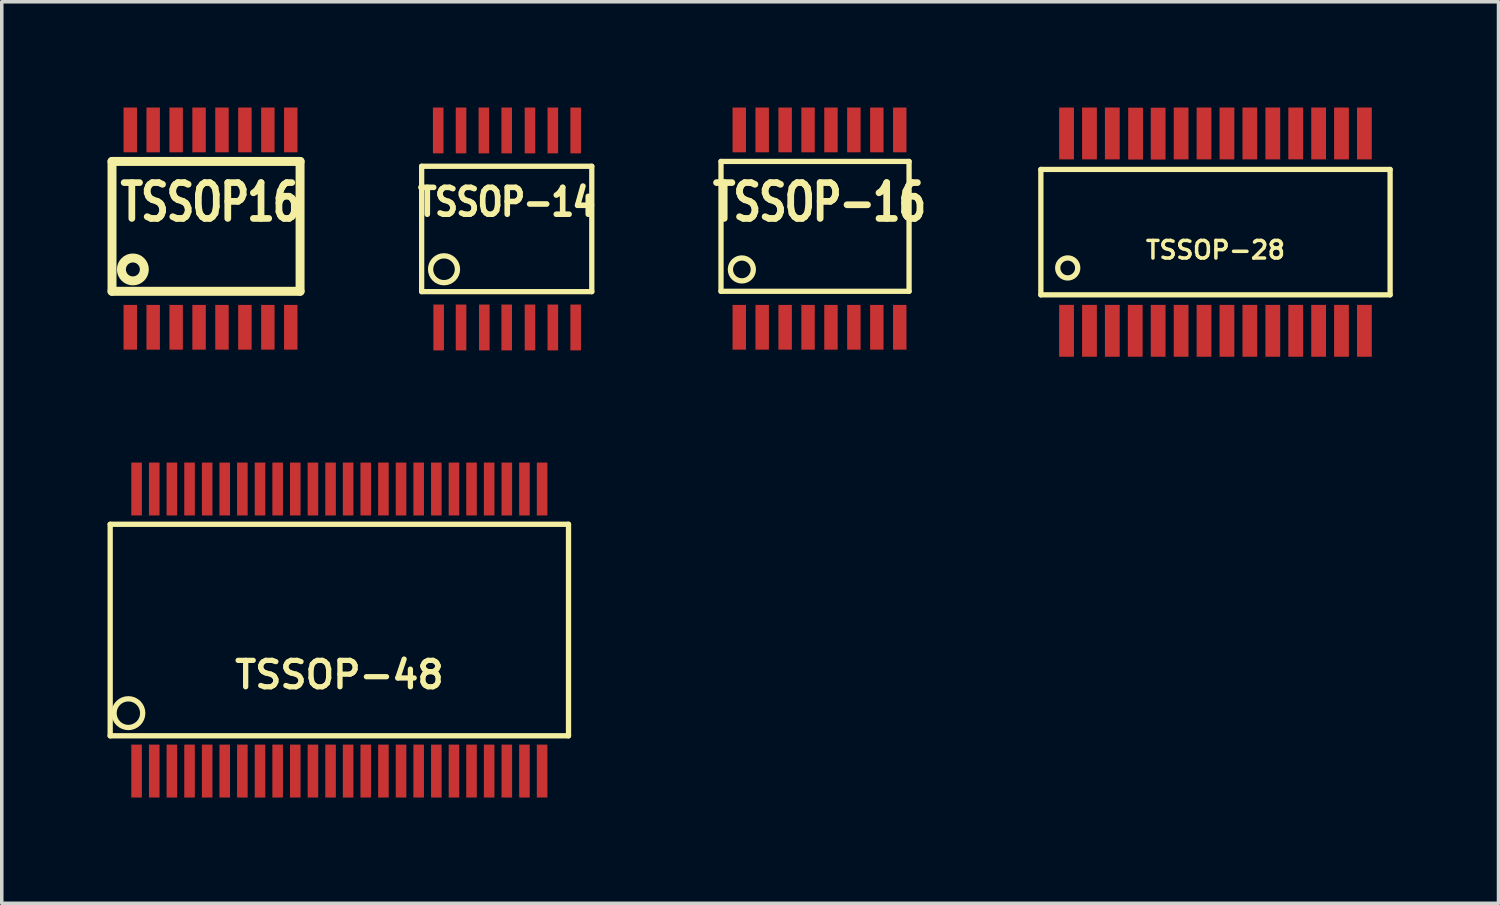
<source format=kicad_pcb>
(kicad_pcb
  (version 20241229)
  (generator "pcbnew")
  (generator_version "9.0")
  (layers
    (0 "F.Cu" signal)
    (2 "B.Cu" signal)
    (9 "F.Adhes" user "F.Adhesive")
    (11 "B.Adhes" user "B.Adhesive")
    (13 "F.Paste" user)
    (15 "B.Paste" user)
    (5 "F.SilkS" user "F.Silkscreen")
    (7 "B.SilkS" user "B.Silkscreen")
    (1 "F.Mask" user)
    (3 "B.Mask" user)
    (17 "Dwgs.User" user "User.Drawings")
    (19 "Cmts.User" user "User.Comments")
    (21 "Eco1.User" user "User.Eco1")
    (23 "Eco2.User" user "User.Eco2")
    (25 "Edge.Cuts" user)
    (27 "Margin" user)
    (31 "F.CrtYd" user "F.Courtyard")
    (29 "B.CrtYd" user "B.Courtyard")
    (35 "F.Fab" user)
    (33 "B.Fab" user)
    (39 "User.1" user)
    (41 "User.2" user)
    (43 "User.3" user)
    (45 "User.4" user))
  (footprint "TSSOP-48"
    (layer "F.Cu")
    (at 6.575 14.82)
    (property "Reference" "TSSOP-48" (at 0 1.27 0) (layer "F.SilkS") (effects (font (size 0.749 0.749) (thickness 0.15))))
    (attr smd)
    (fp_line (start -6.5 -3) (end 6.5 -3) (stroke (width 0.15) (type solid)) (layer "F.SilkS"))
    (fp_line (start -6.5 3) (end -6.5 -3) (stroke (width 0.15) (type solid)) (layer "F.SilkS"))
    (fp_line (start 6.5 -3) (end 6.5 3) (stroke (width 0.15) (type solid)) (layer "F.SilkS"))
    (fp_line (start 6.5 3) (end -6.5 3) (stroke (width 0.15) (type solid)) (layer "F.SilkS"))
    (fp_circle (center -5.984 2.357) (end -6.238 2.675) (stroke (width 0.15) (type solid)) (fill no) (layer "F.SilkS"))
    (pad "1" smd rect (at -5.751 4) (size 0.3 1.501) (layers "F.Cu" "F.Mask" "F.Paste"))
    (pad "2" smd rect (at -5.25 4) (size 0.3 1.501) (layers "F.Cu" "F.Mask" "F.Paste"))
    (pad "3" smd rect (at -4.75 4) (size 0.3 1.501) (layers "F.Cu" "F.Mask" "F.Paste"))
    (pad "4" smd rect (at -4.249 4) (size 0.3 1.501) (layers "F.Cu" "F.Mask" "F.Paste"))
    (pad "5" smd rect (at -3.749 4) (size 0.3 1.501) (layers "F.Cu" "F.Mask" "F.Paste"))
    (pad "6" smd rect (at -3.251 4) (size 0.3 1.501) (layers "F.Cu" "F.Mask" "F.Paste"))
    (pad "7" smd rect (at -2.751 4) (size 0.3 1.501) (layers "F.Cu" "F.Mask" "F.Paste"))
    (pad "8" smd rect (at -2.25 4) (size 0.3 1.501) (layers "F.Cu" "F.Mask" "F.Paste"))
    (pad "9" smd rect (at -1.75 4) (size 0.3 1.501) (layers "F.Cu" "F.Mask" "F.Paste"))
    (pad "10" smd rect (at -1.25 4) (size 0.3 1.501) (layers "F.Cu" "F.Mask" "F.Paste"))
    (pad "11" smd rect (at -0.749 4) (size 0.3 1.501) (layers "F.Cu" "F.Mask" "F.Paste"))
    (pad "12" smd rect (at -0.249 4) (size 0.3 1.501) (layers "F.Cu" "F.Mask" "F.Paste"))
    (pad "13" smd rect (at 0.249 4) (size 0.3 1.501) (layers "F.Cu" "F.Mask" "F.Paste"))
    (pad "14" smd rect (at 0.749 4) (size 0.3 1.501) (layers "F.Cu" "F.Mask" "F.Paste"))
    (pad "15" smd rect (at 1.25 4) (size 0.3 1.501) (layers "F.Cu" "F.Mask" "F.Paste"))
    (pad "16" smd rect (at 1.75 4) (size 0.3 1.501) (layers "F.Cu" "F.Mask" "F.Paste"))
    (pad "17" smd rect (at 2.25 4) (size 0.3 1.501) (layers "F.Cu" "F.Mask" "F.Paste"))
    (pad "18" smd rect (at 2.751 4) (size 0.3 1.501) (layers "F.Cu" "F.Mask" "F.Paste"))
    (pad "19" smd rect (at 3.251 4) (size 0.3 1.501) (layers "F.Cu" "F.Mask" "F.Paste"))
    (pad "20" smd rect (at 3.749 4) (size 0.3 1.501) (layers "F.Cu" "F.Mask" "F.Paste"))
    (pad "21" smd rect (at 4.249 4) (size 0.3 1.501) (layers "F.Cu" "F.Mask" "F.Paste"))
    (pad "22" smd rect (at 4.75 4) (size 0.3 1.501) (layers "F.Cu" "F.Mask" "F.Paste"))
    (pad "23" smd rect (at 5.25 4) (size 0.3 1.501) (layers "F.Cu" "F.Mask" "F.Paste"))
    (pad "24" smd rect (at 5.751 4) (size 0.3 1.501) (layers "F.Cu" "F.Mask" "F.Paste"))
    (pad "25" smd rect (at 5.751 -4) (size 0.3 1.501) (layers "F.Cu" "F.Mask" "F.Paste"))
    (pad "26" smd rect (at 5.25 -4) (size 0.3 1.501) (layers "F.Cu" "F.Mask" "F.Paste"))
    (pad "27" smd rect (at 4.75 -4) (size 0.3 1.501) (layers "F.Cu" "F.Mask" "F.Paste"))
    (pad "28" smd rect (at 4.249 -4) (size 0.3 1.501) (layers "F.Cu" "F.Mask" "F.Paste"))
    (pad "29" smd rect (at 3.749 -4) (size 0.3 1.501) (layers "F.Cu" "F.Mask" "F.Paste"))
    (pad "30" smd rect (at 3.251 -4) (size 0.3 1.501) (layers "F.Cu" "F.Mask" "F.Paste"))
    (pad "31" smd rect (at 2.751 -4) (size 0.3 1.501) (layers "F.Cu" "F.Mask" "F.Paste"))
    (pad "32" smd rect (at 2.25 -4) (size 0.3 1.501) (layers "F.Cu" "F.Mask" "F.Paste"))
    (pad "33" smd rect (at 1.75 -4) (size 0.3 1.501) (layers "F.Cu" "F.Mask" "F.Paste"))
    (pad "34" smd rect (at 1.25 -4) (size 0.3 1.501) (layers "F.Cu" "F.Mask" "F.Paste"))
    (pad "35" smd rect (at 0.749 -4) (size 0.3 1.501) (layers "F.Cu" "F.Mask" "F.Paste"))
    (pad "36" smd rect (at 0.249 -4) (size 0.3 1.501) (layers "F.Cu" "F.Mask" "F.Paste"))
    (pad "37" smd rect (at -0.249 -4) (size 0.3 1.501) (layers "F.Cu" "F.Mask" "F.Paste"))
    (pad "38" smd rect (at -0.749 -4) (size 0.3 1.501) (layers "F.Cu" "F.Mask" "F.Paste"))
    (pad "39" smd rect (at -1.25 -4) (size 0.3 1.501) (layers "F.Cu" "F.Mask" "F.Paste"))
    (pad "40" smd rect (at -1.75 -4) (size 0.3 1.501) (layers "F.Cu" "F.Mask" "F.Paste"))
    (pad "41" smd rect (at -2.25 -4) (size 0.3 1.501) (layers "F.Cu" "F.Mask" "F.Paste"))
    (pad "42" smd rect (at -2.751 -4) (size 0.3 1.501) (layers "F.Cu" "F.Mask" "F.Paste"))
    (pad "43" smd rect (at -3.251 -4) (size 0.3 1.501) (layers "F.Cu" "F.Mask" "F.Paste"))
    (pad "44" smd rect (at -3.749 -4) (size 0.3 1.501) (layers "F.Cu" "F.Mask" "F.Paste"))
    (pad "45" smd rect (at -4.249 -4) (size 0.3 1.501) (layers "F.Cu" "F.Mask" "F.Paste"))
    (pad "46" smd rect (at -4.75 -4) (size 0.3 1.501) (layers "F.Cu" "F.Mask" "F.Paste"))
    (pad "47" smd rect (at -5.25 -4) (size 0.3 1.501) (layers "F.Cu" "F.Mask" "F.Paste"))
    (pad "48" smd rect (at -5.751 -4) (size 0.3 1.501) (layers "F.Cu" "F.Mask" "F.Paste")))
  (footprint "TSSOP-28"
    (layer "F.Cu")
    (at 31.425 3.534)
    (property "Reference" "TSSOP-28" (at 0 0.508 0) (layer "F.SilkS") (effects (font (size 0.5 0.5) (thickness 0.099))))
    (attr smd)
    (fp_line (start -4.953 -1.778) (end -4.953 1.778) (stroke (width 0.15) (type solid)) (layer "F.SilkS"))
    (fp_line (start -4.953 1.778) (end 4.953 1.778) (stroke (width 0.15) (type solid)) (layer "F.SilkS"))
    (fp_line (start 4.953 -1.778) (end -4.953 -1.778) (stroke (width 0.15) (type solid)) (layer "F.SilkS"))
    (fp_line (start 4.953 -1.778) (end 4.953 1.778) (stroke (width 0.15) (type solid)) (layer "F.SilkS"))
    (fp_circle (center -4.191 1.016) (end -4.318 1.27) (stroke (width 0.15) (type solid)) (fill no) (layer "F.SilkS"))
    (pad "1" smd rect (at -4.224 2.799) (size 0.419 1.471) (layers "F.Cu" "F.Mask" "F.Paste"))
    (pad "2" smd rect (at -3.574 2.799) (size 0.419 1.471) (layers "F.Cu" "F.Mask" "F.Paste"))
    (pad "3" smd rect (at -2.926 2.799) (size 0.419 1.471) (layers "F.Cu" "F.Mask" "F.Paste"))
    (pad "4" smd rect (at -2.276 2.799) (size 0.419 1.471) (layers "F.Cu" "F.Mask" "F.Paste"))
    (pad "5" smd rect (at -1.626 2.799) (size 0.419 1.471) (layers "F.Cu" "F.Mask" "F.Paste"))
    (pad "6" smd rect (at -0.975 2.799) (size 0.419 1.471) (layers "F.Cu" "F.Mask" "F.Paste"))
    (pad "7" smd rect (at -0.325 2.799) (size 0.419 1.471) (layers "F.Cu" "F.Mask" "F.Paste"))
    (pad "8" smd rect (at 0.325 2.799) (size 0.419 1.471) (layers "F.Cu" "F.Mask" "F.Paste"))
    (pad "9" smd rect (at 0.975 2.799) (size 0.419 1.471) (layers "F.Cu" "F.Mask" "F.Paste"))
    (pad "10" smd rect (at 1.626 2.799) (size 0.419 1.471) (layers "F.Cu" "F.Mask" "F.Paste"))
    (pad "11" smd rect (at 2.276 2.799) (size 0.419 1.471) (layers "F.Cu" "F.Mask" "F.Paste"))
    (pad "12" smd rect (at 2.926 2.799) (size 0.419 1.471) (layers "F.Cu" "F.Mask" "F.Paste"))
    (pad "13" smd rect (at 3.574 2.799) (size 0.419 1.471) (layers "F.Cu" "F.Mask" "F.Paste"))
    (pad "14" smd rect (at 4.224 2.799) (size 0.419 1.471) (layers "F.Cu" "F.Mask" "F.Paste"))
    (pad "15" smd rect (at 4.224 -2.799) (size 0.419 1.471) (layers "F.Cu" "F.Mask" "F.Paste"))
    (pad "16" smd rect (at 3.574 -2.799) (size 0.419 1.471) (layers "F.Cu" "F.Mask" "F.Paste"))
    (pad "17" smd rect (at 2.926 -2.799) (size 0.419 1.471) (layers "F.Cu" "F.Mask" "F.Paste"))
    (pad "18" smd rect (at 2.276 -2.799) (size 0.419 1.471) (layers "F.Cu" "F.Mask" "F.Paste"))
    (pad "19" smd rect (at 1.626 -2.799) (size 0.419 1.471) (layers "F.Cu" "F.Mask" "F.Paste"))
    (pad "20" smd rect (at 0.975 -2.799) (size 0.419 1.471) (layers "F.Cu" "F.Mask" "F.Paste"))
    (pad "21" smd rect (at 0.325 -2.799) (size 0.419 1.471) (layers "F.Cu" "F.Mask" "F.Paste"))
    (pad "22" smd rect (at -0.325 -2.799) (size 0.419 1.471) (layers "F.Cu" "F.Mask" "F.Paste"))
    (pad "23" smd rect (at -0.975 -2.799) (size 0.419 1.471) (layers "F.Cu" "F.Mask" "F.Paste"))
    (pad "24" smd rect (at -1.626 -2.794) (size 0.419 1.471) (layers "F.Cu" "F.Mask" "F.Paste"))
    (pad "25" smd rect (at -2.266 -2.794) (size 0.419 1.471) (layers "F.Cu" "F.Mask" "F.Paste"))
    (pad "26" smd rect (at -2.926 -2.799) (size 0.419 1.471) (layers "F.Cu" "F.Mask" "F.Paste"))
    (pad "27" smd rect (at -3.574 -2.799) (size 0.419 1.471) (layers "F.Cu" "F.Mask" "F.Paste"))
    (pad "28" smd rect (at -4.224 -2.799) (size 0.419 1.471) (layers "F.Cu" "F.Mask" "F.Paste")))
  (footprint "TSSOP16"
    (layer "F.Cu")
    (at 2.921 3.434)
    (property "Reference" "TSSOP16" (at 0 -0.749 0) (layer "F.SilkS") (effects (font (size 1.016 0.762) (thickness 0.191))))
    (attr smd)
    (fp_line (start -2.794 -1.905) (end 2.54 -1.905) (stroke (width 0.254) (type solid)) (layer "F.SilkS"))
    (fp_line (start -2.794 1.778) (end -2.794 -1.905) (stroke (width 0.254) (type solid)) (layer "F.SilkS"))
    (fp_line (start 2.54 -1.905) (end 2.54 1.778) (stroke (width 0.254) (type solid)) (layer "F.SilkS"))
    (fp_line (start 2.54 1.778) (end -2.794 1.778) (stroke (width 0.254) (type solid)) (layer "F.SilkS"))
    (fp_circle (center -2.202 1.158) (end -2.405 1.412) (stroke (width 0.254) (type solid)) (fill no) (layer "F.SilkS"))
    (pad "1" smd rect (at -2.276 2.799) (size 0.381 1.27) (layers "F.Cu" "F.Mask" "F.Paste"))
    (pad "2" smd rect (at -1.626 2.799) (size 0.381 1.27) (layers "F.Cu" "F.Mask" "F.Paste"))
    (pad "3" smd rect (at -0.975 2.799) (size 0.381 1.27) (layers "F.Cu" "F.Mask" "F.Paste"))
    (pad "4" smd rect (at -0.325 2.799) (size 0.381 1.27) (layers "F.Cu" "F.Mask" "F.Paste"))
    (pad "5" smd rect (at 0.325 2.799) (size 0.381 1.27) (layers "F.Cu" "F.Mask" "F.Paste"))
    (pad "6" smd rect (at 0.975 2.799) (size 0.381 1.27) (layers "F.Cu" "F.Mask" "F.Paste"))
    (pad "7" smd rect (at 1.626 2.799) (size 0.381 1.27) (layers "F.Cu" "F.Mask" "F.Paste"))
    (pad "8" smd rect (at 2.276 2.799) (size 0.381 1.27) (layers "F.Cu" "F.Mask" "F.Paste"))
    (pad "9" smd rect (at 2.276 -2.799) (size 0.381 1.27) (layers "F.Cu" "F.Mask" "F.Paste"))
    (pad "10" smd rect (at 1.626 -2.799) (size 0.381 1.27) (layers "F.Cu" "F.Mask" "F.Paste"))
    (pad "11" smd rect (at 0.975 -2.799) (size 0.381 1.27) (layers "F.Cu" "F.Mask" "F.Paste"))
    (pad "12" smd rect (at 0.325 -2.799) (size 0.381 1.27) (layers "F.Cu" "F.Mask" "F.Paste"))
    (pad "13" smd rect (at -0.325 -2.799) (size 0.381 1.27) (layers "F.Cu" "F.Mask" "F.Paste"))
    (pad "14" smd rect (at -0.975 -2.799) (size 0.381 1.27) (layers "F.Cu" "F.Mask" "F.Paste"))
    (pad "15" smd rect (at -1.626 -2.799) (size 0.381 1.27) (layers "F.Cu" "F.Mask" "F.Paste"))
    (pad "16" smd rect (at -2.276 -2.799) (size 0.381 1.27) (layers "F.Cu" "F.Mask" "F.Paste")))
  (footprint "TSSOP-14"
    (layer "F.Cu")
    (at 11.322 3.444)
    (property "Reference" "TSSOP-14" (at 0 -0.762 0) (layer "F.SilkS") (effects (font (size 0.762 0.635) (thickness 0.16))))
    (attr smd)
    (fp_line (start -2.413 -1.778) (end 2.413 -1.778) (stroke (width 0.15) (type solid)) (layer "F.SilkS"))
    (fp_line (start -2.413 1.778) (end -2.413 -1.778) (stroke (width 0.15) (type solid)) (layer "F.SilkS"))
    (fp_line (start 2.413 -1.778) (end 2.413 1.778) (stroke (width 0.15) (type solid)) (layer "F.SilkS"))
    (fp_line (start 2.413 1.778) (end -2.413 1.778) (stroke (width 0.15) (type solid)) (layer "F.SilkS"))
    (fp_circle (center -1.778 1.143) (end -2.159 1.143) (stroke (width 0.15) (type solid)) (fill no) (layer "F.SilkS"))
    (pad "1" smd rect (at -1.93 2.794) (size 0.3 1.3) (layers "F.Cu" "F.Mask" "F.Paste"))
    (pad "2" smd rect (at -1.295 2.794) (size 0.3 1.3) (layers "F.Cu" "F.Mask" "F.Paste"))
    (pad "3" smd rect (at -0.635 2.794) (size 0.3 1.3) (layers "F.Cu" "F.Mask" "F.Paste"))
    (pad "4" smd rect (at 0 2.794) (size 0.3 1.3) (layers "F.Cu" "F.Mask" "F.Paste"))
    (pad "5" smd rect (at 0.66 2.794) (size 0.3 1.3) (layers "F.Cu" "F.Mask" "F.Paste"))
    (pad "6" smd rect (at 1.308 2.794) (size 0.3 1.3) (layers "F.Cu" "F.Mask" "F.Paste"))
    (pad "7" smd rect (at 1.956 2.794) (size 0.3 1.3) (layers "F.Cu" "F.Mask" "F.Paste"))
    (pad "8" smd rect (at 1.956 -2.794) (size 0.3 1.3) (layers "F.Cu" "F.Mask" "F.Paste"))
    (pad "9" smd rect (at 1.308 -2.794) (size 0.3 1.3) (layers "F.Cu" "F.Mask" "F.Paste"))
    (pad "10" smd rect (at 0.66 -2.794) (size 0.3 1.3) (layers "F.Cu" "F.Mask" "F.Paste"))
    (pad "11" smd rect (at 0 -2.794) (size 0.3 1.3) (layers "F.Cu" "F.Mask" "F.Paste"))
    (pad "12" smd rect (at -0.648 -2.794) (size 0.3 1.3) (layers "F.Cu" "F.Mask" "F.Paste"))
    (pad "13" smd rect (at -1.295 -2.794) (size 0.3 1.3) (layers "F.Cu" "F.Mask" "F.Paste"))
    (pad "14" smd rect (at -1.943 -2.794) (size 0.3 1.3) (layers "F.Cu" "F.Mask" "F.Paste")))
  (footprint "TSSOP-16"
    (layer "F.Cu")
    (at 20.194 3.434)
    (property "Reference" "TSSOP-16" (at 0 -0.749 0) (layer "F.SilkS") (effects (font (size 1.016 0.762) (thickness 0.191))))
    (attr smd)
    (fp_line (start -2.794 -1.905) (end 2.54 -1.905) (stroke (width 0.15) (type solid)) (layer "F.SilkS"))
    (fp_line (start -2.794 1.778) (end -2.794 -1.905) (stroke (width 0.15) (type solid)) (layer "F.SilkS"))
    (fp_line (start 2.54 -1.905) (end 2.54 1.778) (stroke (width 0.15) (type solid)) (layer "F.SilkS"))
    (fp_line (start 2.54 1.778) (end -2.794 1.778) (stroke (width 0.15) (type solid)) (layer "F.SilkS"))
    (fp_circle (center -2.202 1.158) (end -2.405 1.412) (stroke (width 0.15) (type solid)) (fill no) (layer "F.SilkS"))
    (pad "1" smd rect (at -2.276 2.799) (size 0.381 1.27) (layers "F.Cu" "F.Mask" "F.Paste"))
    (pad "2" smd rect (at -1.626 2.799) (size 0.381 1.27) (layers "F.Cu" "F.Mask" "F.Paste"))
    (pad "3" smd rect (at -0.975 2.799) (size 0.381 1.27) (layers "F.Cu" "F.Mask" "F.Paste"))
    (pad "4" smd rect (at -0.325 2.799) (size 0.381 1.27) (layers "F.Cu" "F.Mask" "F.Paste"))
    (pad "5" smd rect (at 0.325 2.799) (size 0.381 1.27) (layers "F.Cu" "F.Mask" "F.Paste"))
    (pad "6" smd rect (at 0.975 2.799) (size 0.381 1.27) (layers "F.Cu" "F.Mask" "F.Paste"))
    (pad "7" smd rect (at 1.626 2.799) (size 0.381 1.27) (layers "F.Cu" "F.Mask" "F.Paste"))
    (pad "8" smd rect (at 2.276 2.799) (size 0.381 1.27) (layers "F.Cu" "F.Mask" "F.Paste"))
    (pad "9" smd rect (at 2.276 -2.799) (size 0.381 1.27) (layers "F.Cu" "F.Mask" "F.Paste"))
    (pad "10" smd rect (at 1.626 -2.799) (size 0.381 1.27) (layers "F.Cu" "F.Mask" "F.Paste"))
    (pad "11" smd rect (at 0.975 -2.799) (size 0.381 1.27) (layers "F.Cu" "F.Mask" "F.Paste"))
    (pad "12" smd rect (at 0.325 -2.799) (size 0.381 1.27) (layers "F.Cu" "F.Mask" "F.Paste"))
    (pad "13" smd rect (at -0.325 -2.799) (size 0.381 1.27) (layers "F.Cu" "F.Mask" "F.Paste"))
    (pad "14" smd rect (at -0.975 -2.799) (size 0.381 1.27) (layers "F.Cu" "F.Mask" "F.Paste"))
    (pad "15" smd rect (at -1.626 -2.799) (size 0.381 1.27) (layers "F.Cu" "F.Mask" "F.Paste"))
    (pad "16" smd rect (at -2.276 -2.799) (size 0.381 1.27) (layers "F.Cu" "F.Mask" "F.Paste")))
  (gr_rect
    (start -3 -3)
    (end 39.453 22.571)
    (stroke (width 0.1) (type default))
    (fill no)
    (layer "Edge.Cuts")))
</source>
